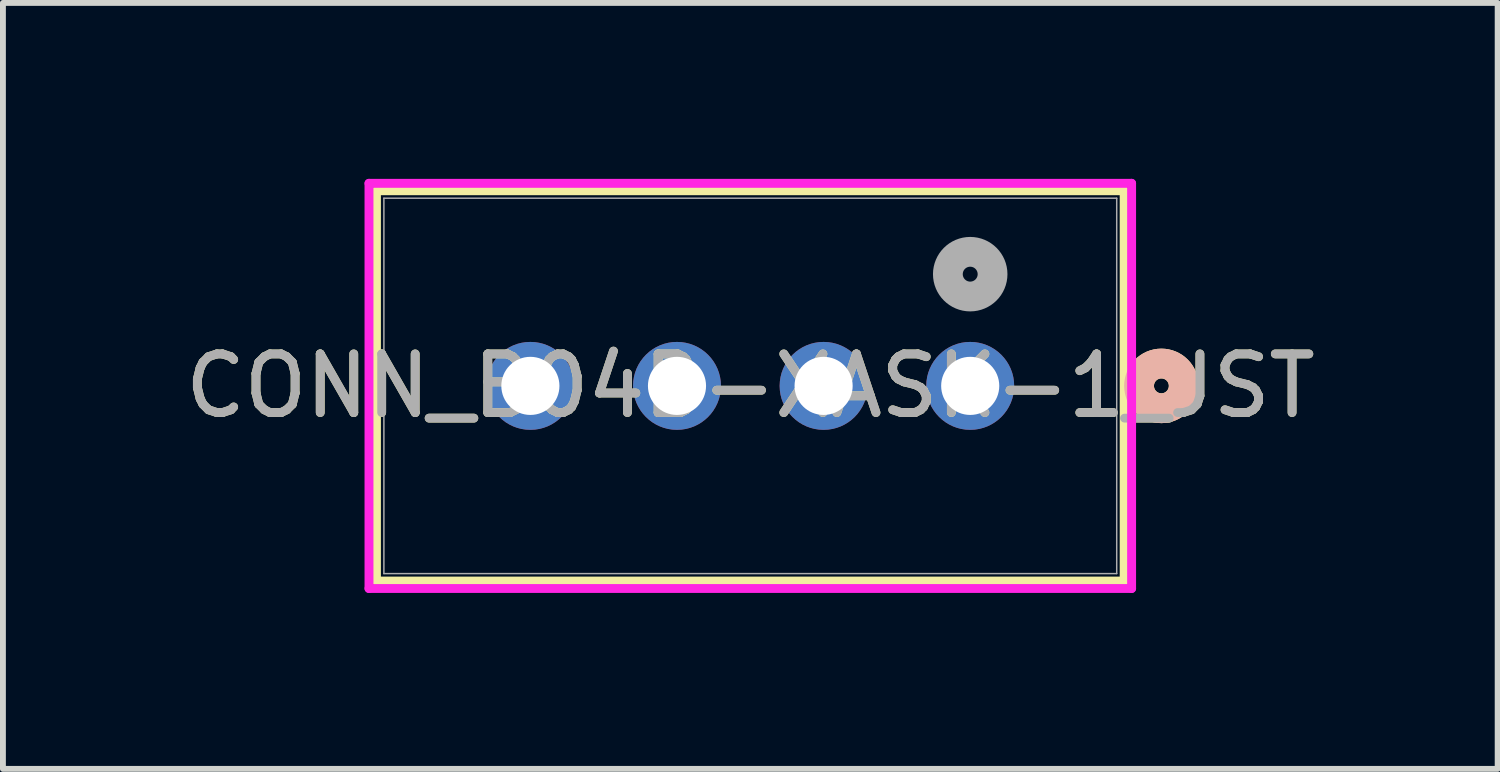
<source format=kicad_pcb>
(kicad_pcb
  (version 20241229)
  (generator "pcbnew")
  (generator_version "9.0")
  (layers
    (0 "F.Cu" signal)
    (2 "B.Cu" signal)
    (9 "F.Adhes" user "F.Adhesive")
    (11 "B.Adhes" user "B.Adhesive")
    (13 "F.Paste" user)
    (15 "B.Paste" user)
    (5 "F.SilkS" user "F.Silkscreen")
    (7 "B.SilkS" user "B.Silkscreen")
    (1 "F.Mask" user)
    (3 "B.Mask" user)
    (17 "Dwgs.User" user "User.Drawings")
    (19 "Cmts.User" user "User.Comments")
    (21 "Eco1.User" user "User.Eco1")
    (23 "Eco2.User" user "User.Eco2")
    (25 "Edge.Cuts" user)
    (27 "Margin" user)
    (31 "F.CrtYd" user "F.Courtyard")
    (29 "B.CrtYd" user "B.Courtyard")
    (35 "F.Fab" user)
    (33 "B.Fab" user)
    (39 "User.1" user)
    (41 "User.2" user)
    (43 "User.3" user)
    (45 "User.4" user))
  (footprint "CONN_B04B-XASK-1_JST"
    (layer "F.Cu")
    (at 13.494 3.53)
    (property "Reference" "CONN_B04B-XASK-1_JST" (at -3.75 0 0) (unlocked yes) (layer "F.SilkS") (effects (font (size 1 1) (thickness 0.15))))
    (attr through_hole)
    (fp_line (start -10.125 -3.327) (end -10.125 3.328) (stroke (width 0.152) (type solid)) (layer "F.SilkS"))
    (fp_line (start -10.125 3.328) (end 2.625 3.328) (stroke (width 0.152) (type solid)) (layer "F.SilkS"))
    (fp_line (start 2.625 -3.327) (end -10.125 -3.327) (stroke (width 0.152) (type solid)) (layer "F.SilkS"))
    (fp_line (start 2.625 3.328) (end 2.625 -3.327) (stroke (width 0.152) (type solid)) (layer "F.SilkS"))
    (fp_circle (center 3.26 0) (end 3.641 0) (stroke (width 0.508) (type solid)) (fill no) (layer "F.SilkS"))
    (fp_circle (center 3.26 0) (end 3.641 0) (stroke (width 0.508) (type solid)) (fill no) (layer "B.SilkS"))
    (fp_line (start -10.252 -3.454) (end -10.252 3.455) (stroke (width 0.152) (type solid)) (layer "F.CrtYd"))
    (fp_line (start -10.252 3.455) (end 2.752 3.455) (stroke (width 0.152) (type solid)) (layer "F.CrtYd"))
    (fp_line (start 2.752 -3.454) (end -10.252 -3.454) (stroke (width 0.152) (type solid)) (layer "F.CrtYd"))
    (fp_line (start 2.752 3.455) (end 2.752 -3.454) (stroke (width 0.152) (type solid)) (layer "F.CrtYd"))
    (fp_line (start -9.998 -3.2) (end -9.998 3.201) (stroke (width 0.025) (type solid)) (layer "F.Fab"))
    (fp_line (start -9.998 3.201) (end 2.498 3.201) (stroke (width 0.025) (type solid)) (layer "F.Fab"))
    (fp_line (start 2.498 -3.2) (end -9.998 -3.2) (stroke (width 0.025) (type solid)) (layer "F.Fab"))
    (fp_line (start 2.498 3.201) (end 2.498 -3.2) (stroke (width 0.025) (type solid)) (layer "F.Fab"))
    (fp_circle (center 0 -1.905) (end 0.381 -1.905) (stroke (width 0.508) (type solid)) (fill no) (layer "F.Fab"))
    (fp_text user "${REFERENCE}" (at -3.75 0 0) (unlocked yes) (layer "F.Fab") (effects (font (size 1 1) (thickness 0.15))))
    (pad "1" thru_hole circle (at 0 0) (size 1.499 1.499) (drill 0.991) (layers "*.Cu" "*.Mask"))
    (pad "2" thru_hole circle (at -2.5 0) (size 1.499 1.499) (drill 0.991) (layers "*.Cu" "*.Mask"))
    (pad "3" thru_hole circle (at -5 0) (size 1.499 1.499) (drill 0.991) (layers "*.Cu" "*.Mask"))
    (pad "4" thru_hole circle (at -7.5 0) (size 1.499 1.499) (drill 0.991) (layers "*.Cu" "*.Mask")))
  (gr_rect
    (start -3 -3)
    (end 22.488 10.061)
    (stroke (width 0.1) (type default))
    (fill no)
    (layer "Edge.Cuts")))
</source>
